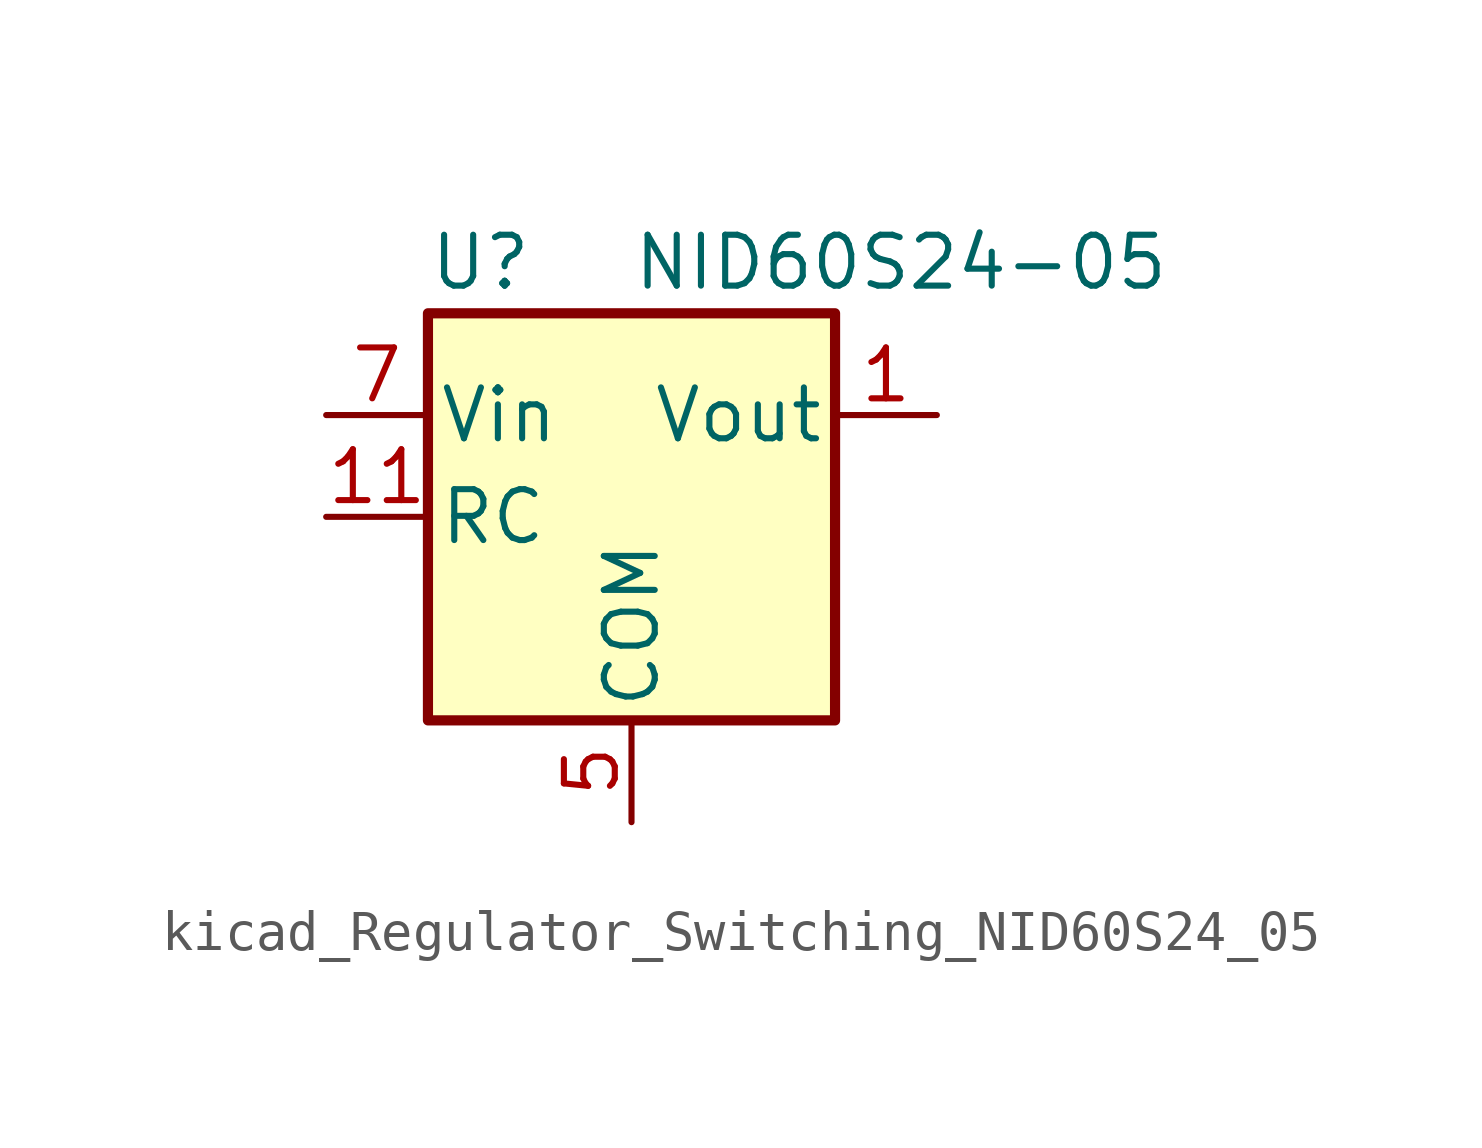
<source format=kicad_sym>
(kicad_symbol_lib
  (version 20220914)
  (generator kicad_symbol_editor)
  (symbol "kicad_Regulator_Switching_NID60S24_05"
    (pin_names
      (offset 0.254))
    (property "Reference" "U"
      (at -5.08 6.35 0)
      (effects (font (size 1.27 1.27)) (justify left)))
    (property "Value" "NID60S24-05"
      (at 0 6.35 0)
      (effects (font (size 1.27 1.27)) (justify left)))
    (symbol "kicad_Regulator_Switching_NID60S24_05_0_1"
      (rectangle (start -5.08 5.08) (end 5.08 -5.08) (stroke (width 0.254) (type default)) (fill (type background))))
    (symbol "kicad_Regulator_Switching_NID60S24_05_1_1"
      (pin power_out line (at 7.62 2.54 180) (length 2.54) (name "Vout" (effects (font (size 1.27 1.27)))) (number "1" (effects (font (size 1.27 1.27)))))
      (pin no_connect line (at 5.08 -2.54 180) (length 2.54) hide (name "NC" (effects (font (size 1.27 1.27)))) (number "10" (effects (font (size 1.27 1.27)))))
      (pin input line (at -7.62 0 0) (length 2.54) (name "RC" (effects (font (size 1.27 1.27)))) (number "11" (effects (font (size 1.27 1.27)))))
      (pin passive line (at 7.62 2.54 180) (length 2.54) hide (name "Vout" (effects (font (size 1.27 1.27)))) (number "2" (effects (font (size 1.27 1.27)))))
      (pin passive line (at 7.62 2.54 180) (length 2.54) hide (name "Vout" (effects (font (size 1.27 1.27)))) (number "3" (effects (font (size 1.27 1.27)))))
      (pin passive line (at 7.62 2.54 180) (length 2.54) hide (name "Vout" (effects (font (size 1.27 1.27)))) (number "4" (effects (font (size 1.27 1.27)))))
      (pin power_in line (at 0 -7.62 90) (length 2.54) (name "COM" (effects (font (size 1.27 1.27)))) (number "5" (effects (font (size 1.27 1.27)))))
      (pin passive line (at 0 -7.62 90) (length 2.54) hide (name "COM" (effects (font (size 1.27 1.27)))) (number "6" (effects (font (size 1.27 1.27)))))
      (pin power_in line (at -7.62 2.54 0) (length 2.54) (name "Vin" (effects (font (size 1.27 1.27)))) (number "7" (effects (font (size 1.27 1.27)))))
      (pin passive line (at -7.62 2.54 0) (length 2.54) hide (name "Vin" (effects (font (size 1.27 1.27)))) (number "8" (effects (font (size 1.27 1.27)))))
      (pin no_connect line (at 5.08 0 180) (length 2.54) hide (name "NC" (effects (font (size 1.27 1.27)))) (number "9" (effects (font (size 1.27 1.27))))))))
</source>
